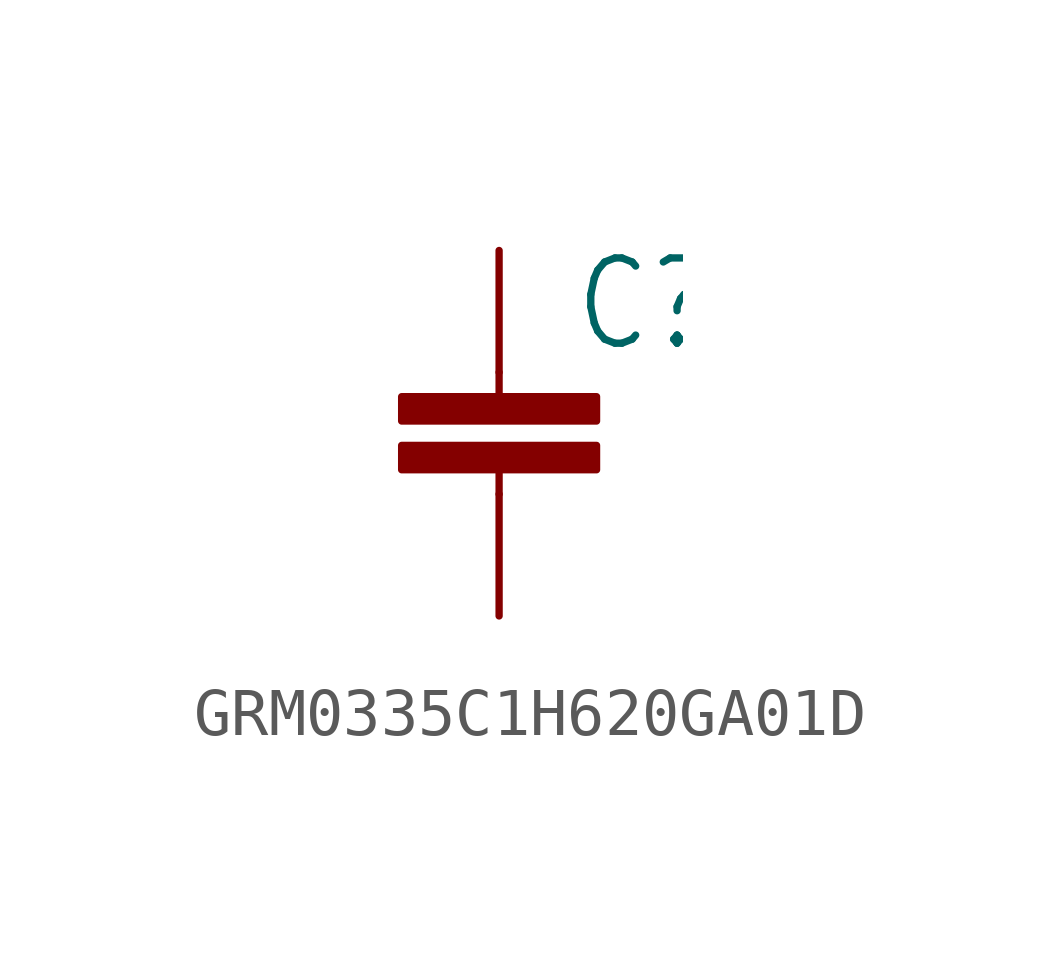
<source format=kicad_sym>
(kicad_symbol_lib
  (version 20220914)
  (generator kicad_symbol_editor)
  (symbol "GRM0335C1H620GA01D"
    (property "Reference" "C"
      (at 1.524 0.381 0)
      (effects (font (size 1.778 1.511)) (justify left bottom)))
    (property "Value" ""
      (at 1.524 -4.699 0)
      (effects (font (size 1.778 1.511)) (justify left bottom)))
    (property "ki_locked" ""
      (at 0 0 0)
      (effects (font (size 1.27 1.27))))
    (symbol "GRM0335C1H620GA01D_1_0"
      (rectangle (start -2.032 -2.032) (end 2.032 -1.524) (stroke (width 0) (type default)) (fill (type outline)))
      (rectangle (start -2.032 -1.016) (end 2.032 -0.508) (stroke (width 0) (type default)) (fill (type outline)))
      (polyline (pts (xy 0 -2.54) (xy 0 -2.032)) (stroke (width 0.152) (type solid)) (fill (type none)))
      (polyline (pts (xy 0 0) (xy 0 -0.508)) (stroke (width 0.152) (type solid)) (fill (type none)))
      (pin passive line (at 0 2.54 270) (length 2.54) (name "1" (effects (font (size 0 0)))) (number "1" (effects (font (size 0 0)))))
      (pin passive line (at 0 -5.08 90) (length 2.54) (name "2" (effects (font (size 0 0)))) (number "2" (effects (font (size 0 0))))))))
</source>
